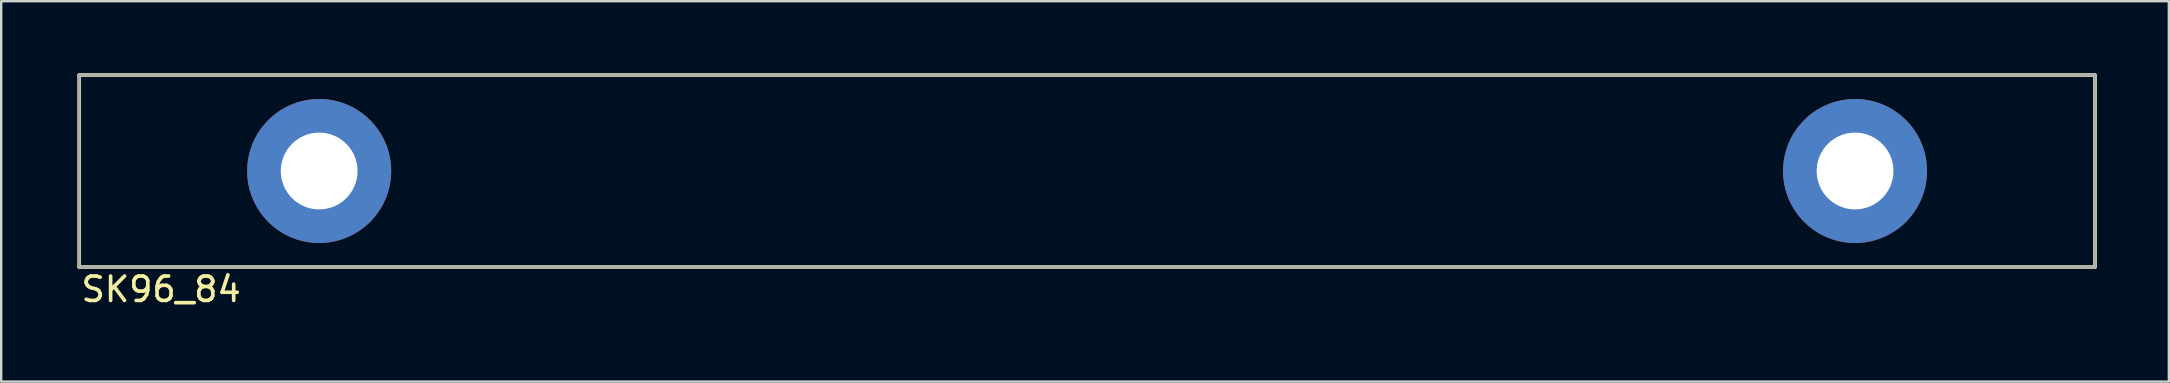
<source format=kicad_pcb>
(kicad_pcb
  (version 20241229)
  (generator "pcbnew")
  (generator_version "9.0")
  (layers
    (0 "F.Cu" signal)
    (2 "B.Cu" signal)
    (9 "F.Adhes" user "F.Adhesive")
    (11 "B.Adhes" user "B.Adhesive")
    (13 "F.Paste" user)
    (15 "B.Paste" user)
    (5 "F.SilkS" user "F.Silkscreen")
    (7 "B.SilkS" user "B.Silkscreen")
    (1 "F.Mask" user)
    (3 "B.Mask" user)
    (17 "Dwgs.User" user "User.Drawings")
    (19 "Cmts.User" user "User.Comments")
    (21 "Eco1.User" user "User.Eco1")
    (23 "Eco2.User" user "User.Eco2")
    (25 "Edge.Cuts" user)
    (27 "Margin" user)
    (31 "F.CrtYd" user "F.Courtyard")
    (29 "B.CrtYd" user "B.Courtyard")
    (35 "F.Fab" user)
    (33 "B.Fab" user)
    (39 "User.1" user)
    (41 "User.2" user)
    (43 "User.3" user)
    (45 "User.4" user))
  (footprint "SK96_84"
    (layer "F.Cu")
    (at 0.25 8.076)
    (property "Reference" "SK96_84" (at 0 1.524 0) (layer "F.SilkS") (effects (font (size 1.016 1.016) (thickness 0.152)) (justify left bottom)))
    (fp_line (start 0 -8) (end 84 -8) (stroke (width 0.152) (type solid)) (layer "F.SilkS"))
    (fp_line (start 0 0) (end 0 -8) (stroke (width 0.152) (type solid)) (layer "F.SilkS"))
    (fp_line (start 84 0) (end 0 0) (stroke (width 0.152) (type solid)) (layer "F.SilkS"))
    (fp_line (start 84 0) (end 84 -8) (stroke (width 0.152) (type solid)) (layer "F.SilkS"))
    (fp_line (start 0 -8) (end 0 0) (stroke (width 0.127) (type solid)) (layer "F.Fab"))
    (fp_line (start 0 -8) (end 84 -8) (stroke (width 0.127) (type solid)) (layer "F.Fab"))
    (fp_line (start 0 0) (end 84 0) (stroke (width 0.127) (type solid)) (layer "F.Fab"))
    (fp_line (start 84 0) (end 84 -8) (stroke (width 0.127) (type solid)) (layer "F.Fab"))
    (pad "1" thru_hole circle (at 10 -4) (size 6 6) (drill 3.2) (layers "*.Cu" "*.Mask"))
    (pad "2" thru_hole circle (at 74 -4) (size 6 6) (drill 3.2) (layers "*.Cu" "*.Mask")))
  (gr_rect
    (start -3 -3)
    (end 87.326 12.851)
    (stroke (width 0.1) (type default))
    (fill no)
    (layer "Edge.Cuts")))
</source>
